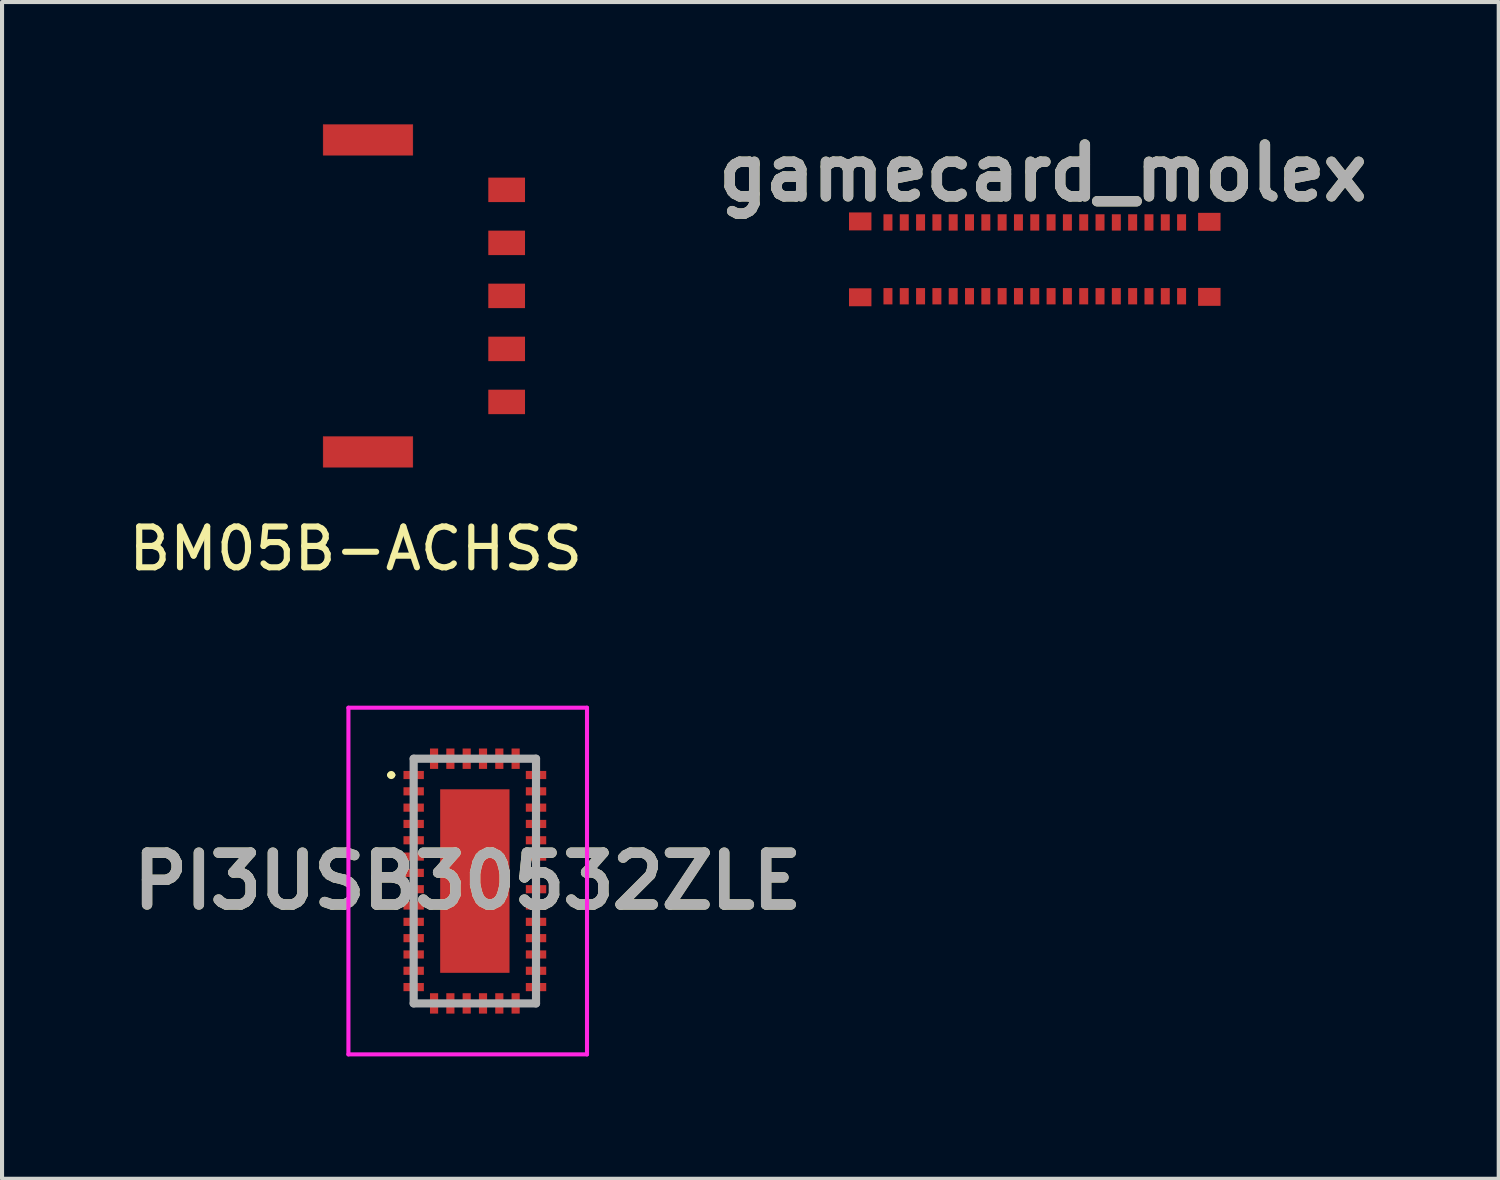
<source format=kicad_pcb>
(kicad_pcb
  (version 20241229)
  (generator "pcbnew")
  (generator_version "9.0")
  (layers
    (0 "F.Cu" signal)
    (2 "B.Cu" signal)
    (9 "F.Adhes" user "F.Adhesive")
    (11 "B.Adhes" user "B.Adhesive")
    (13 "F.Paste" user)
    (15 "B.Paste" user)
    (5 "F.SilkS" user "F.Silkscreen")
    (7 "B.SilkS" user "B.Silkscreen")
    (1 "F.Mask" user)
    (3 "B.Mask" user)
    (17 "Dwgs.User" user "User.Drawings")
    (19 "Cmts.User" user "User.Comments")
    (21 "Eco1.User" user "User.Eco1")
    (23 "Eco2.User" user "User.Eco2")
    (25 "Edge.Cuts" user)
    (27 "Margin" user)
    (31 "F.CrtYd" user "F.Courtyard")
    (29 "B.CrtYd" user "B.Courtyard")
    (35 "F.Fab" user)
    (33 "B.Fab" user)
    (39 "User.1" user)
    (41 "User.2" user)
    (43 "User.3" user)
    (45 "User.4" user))
  (footprint "BM05B-ACHSS"
    (layer "F.Cu")
    (at 5.673 9.905)
    (property "Reference" "BM05B-ACHSS" (at 0 0.5 0) (layer "F.SilkS") (effects (font (size 1 1) (thickness 0.15))))
    (attr through_hole)
    (fp_poly (pts (xy 1.4 -9.15) (xy -0.8 -9.15) (xy -0.8 -9.9) (xy 1.4 -9.9)) (stroke (width 0.01) (type solid)) (fill yes) (layer "F.Cu"))
    (fp_poly (pts (xy 1.4 -1.5) (xy -0.8 -1.5) (xy -0.8 -2.25) (xy 1.4 -2.25)) (stroke (width 0.01) (type solid)) (fill yes) (layer "F.Cu"))
    (pad "1" smd rect (at 3.7 -3.1) (size 0.9 0.6) (layers "F.Cu" "F.Mask"))
    (pad "2" smd rect (at 3.7 -4.4) (size 0.9 0.6) (layers "F.Cu" "F.Mask"))
    (pad "3" smd rect (at 3.7 -5.7) (size 0.9 0.6) (layers "F.Cu" "F.Mask"))
    (pad "4" smd rect (at 3.7 -7) (size 0.9 0.6) (layers "F.Cu" "F.Mask"))
    (pad "5" smd rect (at 3.7 -8.3) (size 0.9 0.6) (layers "F.Cu" "F.Mask")))
  (footprint "gamecard_molex"
    (layer "F.Cu")
    (at 22.522 3.359)
    (property "Reference" "gamecard_molex" (at 0 -2.17 0) (layer "F.SilkS") (effects (font (size 1.27 1.27) (thickness 0.254))))
    (attr smd)
    (fp_text user "${REFERENCE}" (at 0 -2.17 0) (layer "F.Fab") (effects (font (size 1.27 1.27) (thickness 0.254))))
    (pad "1" smd rect (at -3.8 0.855) (size 0.22 0.4) (layers "F.Cu" "F.Mask" "F.Paste"))
    (pad "2" smd rect (at -3.8 -0.955) (size 0.22 0.4) (layers "F.Cu" "F.Mask" "F.Paste"))
    (pad "3" smd rect (at -3.4 0.855) (size 0.22 0.4) (layers "F.Cu" "F.Mask" "F.Paste"))
    (pad "4" smd rect (at -3.4 -0.955) (size 0.22 0.4) (layers "F.Cu" "F.Mask" "F.Paste"))
    (pad "5" smd rect (at -3 0.855) (size 0.22 0.4) (layers "F.Cu" "F.Mask" "F.Paste"))
    (pad "6" smd rect (at -3 -0.955) (size 0.22 0.4) (layers "F.Cu" "F.Mask" "F.Paste"))
    (pad "7" smd rect (at -2.6 0.855) (size 0.22 0.4) (layers "F.Cu" "F.Mask" "F.Paste"))
    (pad "8" smd rect (at -2.6 -0.955) (size 0.22 0.4) (layers "F.Cu" "F.Mask" "F.Paste"))
    (pad "9" smd rect (at -2.2 0.855) (size 0.22 0.4) (layers "F.Cu" "F.Mask" "F.Paste"))
    (pad "10" smd rect (at -2.2 -0.955) (size 0.22 0.4) (layers "F.Cu" "F.Mask" "F.Paste"))
    (pad "11" smd rect (at -1.8 0.855) (size 0.22 0.4) (layers "F.Cu" "F.Mask" "F.Paste"))
    (pad "12" smd rect (at -1.8 -0.955) (size 0.22 0.4) (layers "F.Cu" "F.Mask" "F.Paste"))
    (pad "13" smd rect (at -1.4 0.855) (size 0.22 0.4) (layers "F.Cu" "F.Mask" "F.Paste"))
    (pad "14" smd rect (at -1.4 -0.955) (size 0.22 0.4) (layers "F.Cu" "F.Mask" "F.Paste"))
    (pad "15" smd rect (at -1 0.855) (size 0.22 0.4) (layers "F.Cu" "F.Mask" "F.Paste"))
    (pad "16" smd rect (at -1 -0.955) (size 0.22 0.4) (layers "F.Cu" "F.Mask" "F.Paste"))
    (pad "17" smd rect (at -0.6 0.855) (size 0.22 0.4) (layers "F.Cu" "F.Mask" "F.Paste"))
    (pad "18" smd rect (at -0.6 -0.955) (size 0.22 0.4) (layers "F.Cu" "F.Mask" "F.Paste"))
    (pad "19" smd rect (at -0.2 0.855) (size 0.22 0.4) (layers "F.Cu" "F.Mask" "F.Paste"))
    (pad "20" smd rect (at -0.2 -0.955) (size 0.22 0.4) (layers "F.Cu" "F.Mask" "F.Paste"))
    (pad "21" smd rect (at 0.2 0.855) (size 0.22 0.4) (layers "F.Cu" "F.Mask" "F.Paste"))
    (pad "22" smd rect (at 0.2 -0.955) (size 0.22 0.4) (layers "F.Cu" "F.Mask" "F.Paste"))
    (pad "23" smd rect (at 0.6 0.855) (size 0.22 0.4) (layers "F.Cu" "F.Mask" "F.Paste"))
    (pad "24" smd rect (at 0.6 -0.955) (size 0.22 0.4) (layers "F.Cu" "F.Mask" "F.Paste"))
    (pad "25" smd rect (at 1 0.855) (size 0.22 0.4) (layers "F.Cu" "F.Mask" "F.Paste"))
    (pad "26" smd rect (at 1 -0.955) (size 0.22 0.4) (layers "F.Cu" "F.Mask" "F.Paste"))
    (pad "27" smd rect (at 1.4 0.855) (size 0.22 0.4) (layers "F.Cu" "F.Mask" "F.Paste"))
    (pad "28" smd rect (at 1.4 -0.955) (size 0.22 0.4) (layers "F.Cu" "F.Mask" "F.Paste"))
    (pad "29" smd rect (at 1.8 0.855) (size 0.22 0.4) (layers "F.Cu" "F.Mask" "F.Paste"))
    (pad "30" smd rect (at 1.8 -0.955) (size 0.22 0.4) (layers "F.Cu" "F.Mask" "F.Paste"))
    (pad "31" smd rect (at 2.2 0.855) (size 0.22 0.4) (layers "F.Cu" "F.Mask" "F.Paste"))
    (pad "32" smd rect (at 2.2 -0.955) (size 0.22 0.4) (layers "F.Cu" "F.Mask" "F.Paste"))
    (pad "33" smd rect (at 2.6 0.855) (size 0.22 0.4) (layers "F.Cu" "F.Mask" "F.Paste"))
    (pad "34" smd rect (at 2.6 -0.955) (size 0.22 0.4) (layers "F.Cu" "F.Mask" "F.Paste"))
    (pad "35" smd rect (at 3 0.855) (size 0.22 0.4) (layers "F.Cu" "F.Mask" "F.Paste"))
    (pad "36" smd rect (at 3 -0.955) (size 0.22 0.4) (layers "F.Cu" "F.Mask" "F.Paste"))
    (pad "37" smd rect (at 3.4 0.855) (size 0.22 0.4) (layers "F.Cu" "F.Mask" "F.Paste"))
    (pad "38" smd rect (at 3.4 -0.955) (size 0.22 0.4) (layers "F.Cu" "F.Mask" "F.Paste"))
    (pad "MP1" smd rect (at -4.48 -0.98) (size 0.55 0.44) (layers "F.Cu" "F.Mask" "F.Paste"))
    (pad "MP2" smd rect (at -4.48 0.88) (size 0.55 0.44) (layers "F.Cu" "F.Mask" "F.Paste"))
    (pad "MP2" smd rect (at 4.08 -0.97) (size 0.55 0.44) (layers "F.Cu" "F.Mask" "F.Paste"))
    (pad "MP3" smd rect (at 4.08 0.87) (size 0.55 0.44) (layers "F.Cu" "F.Mask" "F.Paste")))
  (footprint "PI3USB30532ZLE"
    (layer "F.Cu")
    (at 8.593 18.553)
    (property "Reference" "PI3USB30532ZLE" (at -0.175 0 0) (layer "F.SilkS") (effects (font (size 1.27 1.27) (thickness 0.254))))
    (attr smd)
    (fp_line (start -2.1 -2.6) (end -2.1 -2.6) (stroke (width 0.1) (type solid)) (layer "F.SilkS"))
    (fp_line (start -2 -2.6) (end -2 -2.6) (stroke (width 0.1) (type solid)) (layer "F.SilkS"))
    (fp_arc (start -2.1 -2.6) (mid -2.05 -2.65) (end -2 -2.6) (stroke (width 0.1) (type solid)) (layer "F.SilkS"))
    (fp_arc (start -2 -2.6) (mid -2.05 -2.55) (end -2.1 -2.6) (stroke (width 0.1) (type solid)) (layer "F.SilkS"))
    (fp_line (start -3.1 -4.25) (end 2.75 -4.25) (stroke (width 0.1) (type solid)) (layer "F.CrtYd"))
    (fp_line (start -3.1 4.25) (end -3.1 -4.25) (stroke (width 0.1) (type solid)) (layer "F.CrtYd"))
    (fp_line (start 2.75 -4.25) (end 2.75 4.25) (stroke (width 0.1) (type solid)) (layer "F.CrtYd"))
    (fp_line (start 2.75 4.25) (end -3.1 4.25) (stroke (width 0.1) (type solid)) (layer "F.CrtYd"))
    (fp_line (start -1.5 -3) (end 1.5 -3) (stroke (width 0.2) (type solid)) (layer "F.Fab"))
    (fp_line (start -1.5 3) (end -1.5 -3) (stroke (width 0.2) (type solid)) (layer "F.Fab"))
    (fp_line (start 1.5 -3) (end 1.5 3) (stroke (width 0.2) (type solid)) (layer "F.Fab"))
    (fp_line (start 1.5 3) (end -1.5 3) (stroke (width 0.2) (type solid)) (layer "F.Fab"))
    (fp_text user "${REFERENCE}" (at -0.175 0 0) (layer "F.Fab") (effects (font (size 1.27 1.27) (thickness 0.254))))
    (pad "1" smd rect (at -1.5 -2.6 90) (size 0.2 0.5) (layers "F.Cu" "F.Mask" "F.Paste"))
    (pad "2" smd rect (at -1.5 -2.2 90) (size 0.2 0.5) (layers "F.Cu" "F.Mask" "F.Paste"))
    (pad "3" smd rect (at -1.5 -1.8 90) (size 0.2 0.5) (layers "F.Cu" "F.Mask" "F.Paste"))
    (pad "4" smd rect (at -1.5 -1.4 90) (size 0.2 0.5) (layers "F.Cu" "F.Mask" "F.Paste"))
    (pad "5" smd rect (at -1.5 -1 90) (size 0.2 0.5) (layers "F.Cu" "F.Mask" "F.Paste"))
    (pad "6" smd rect (at -1.5 -0.6 90) (size 0.2 0.5) (layers "F.Cu" "F.Mask" "F.Paste"))
    (pad "7" smd rect (at -1.5 -0.2 90) (size 0.2 0.5) (layers "F.Cu" "F.Mask" "F.Paste"))
    (pad "8" smd rect (at -1.5 0.2 90) (size 0.2 0.5) (layers "F.Cu" "F.Mask" "F.Paste"))
    (pad "9" smd rect (at -1.5 0.6 90) (size 0.2 0.5) (layers "F.Cu" "F.Mask" "F.Paste"))
    (pad "10" smd rect (at -1.5 1 90) (size 0.2 0.5) (layers "F.Cu" "F.Mask" "F.Paste"))
    (pad "11" smd rect (at -1.5 1.4 90) (size 0.2 0.5) (layers "F.Cu" "F.Mask" "F.Paste"))
    (pad "12" smd rect (at -1.5 1.8 90) (size 0.2 0.5) (layers "F.Cu" "F.Mask" "F.Paste"))
    (pad "13" smd rect (at -1.5 2.2 90) (size 0.2 0.5) (layers "F.Cu" "F.Mask" "F.Paste"))
    (pad "14" smd rect (at -1.5 2.6 90) (size 0.2 0.5) (layers "F.Cu" "F.Mask" "F.Paste"))
    (pad "15" smd rect (at -1 3) (size 0.2 0.5) (layers "F.Cu" "F.Mask" "F.Paste"))
    (pad "16" smd rect (at -0.6 3) (size 0.2 0.5) (layers "F.Cu" "F.Mask" "F.Paste"))
    (pad "17" smd rect (at -0.2 3) (size 0.2 0.5) (layers "F.Cu" "F.Mask" "F.Paste"))
    (pad "18" smd rect (at 0.2 3) (size 0.2 0.5) (layers "F.Cu" "F.Mask" "F.Paste"))
    (pad "19" smd rect (at 0.6 3) (size 0.2 0.5) (layers "F.Cu" "F.Mask" "F.Paste"))
    (pad "20" smd rect (at 1 3) (size 0.2 0.5) (layers "F.Cu" "F.Mask" "F.Paste"))
    (pad "21" smd rect (at 1.5 2.6 90) (size 0.2 0.5) (layers "F.Cu" "F.Mask" "F.Paste"))
    (pad "22" smd rect (at 1.5 2.2 90) (size 0.2 0.5) (layers "F.Cu" "F.Mask" "F.Paste"))
    (pad "23" smd rect (at 1.5 1.8 90) (size 0.2 0.5) (layers "F.Cu" "F.Mask" "F.Paste"))
    (pad "24" smd rect (at 1.5 1.4 90) (size 0.2 0.5) (layers "F.Cu" "F.Mask" "F.Paste"))
    (pad "25" smd rect (at 1.5 1 90) (size 0.2 0.5) (layers "F.Cu" "F.Mask" "F.Paste"))
    (pad "26" smd rect (at 1.5 0.6 90) (size 0.2 0.5) (layers "F.Cu" "F.Mask" "F.Paste"))
    (pad "27" smd rect (at 1.5 0.2 90) (size 0.2 0.5) (layers "F.Cu" "F.Mask" "F.Paste"))
    (pad "28" smd rect (at 1.5 -0.2 90) (size 0.2 0.5) (layers "F.Cu" "F.Mask" "F.Paste"))
    (pad "29" smd rect (at 1.5 -0.6 90) (size 0.2 0.5) (layers "F.Cu" "F.Mask" "F.Paste"))
    (pad "30" smd rect (at 1.5 -1 90) (size 0.2 0.5) (layers "F.Cu" "F.Mask" "F.Paste"))
    (pad "31" smd rect (at 1.5 -1.4 90) (size 0.2 0.5) (layers "F.Cu" "F.Mask" "F.Paste"))
    (pad "32" smd rect (at 1.5 -1.8 90) (size 0.2 0.5) (layers "F.Cu" "F.Mask" "F.Paste"))
    (pad "33" smd rect (at 1.5 -2.2 90) (size 0.2 0.5) (layers "F.Cu" "F.Mask" "F.Paste"))
    (pad "34" smd rect (at 1.5 -2.6 90) (size 0.2 0.5) (layers "F.Cu" "F.Mask" "F.Paste"))
    (pad "35" smd rect (at 1 -3) (size 0.2 0.5) (layers "F.Cu" "F.Mask" "F.Paste"))
    (pad "36" smd rect (at 0.6 -3) (size 0.2 0.5) (layers "F.Cu" "F.Mask" "F.Paste"))
    (pad "37" smd rect (at 0.2 -3) (size 0.2 0.5) (layers "F.Cu" "F.Mask" "F.Paste"))
    (pad "38" smd rect (at -0.2 -3) (size 0.2 0.5) (layers "F.Cu" "F.Mask" "F.Paste"))
    (pad "39" smd rect (at -0.6 -3) (size 0.2 0.5) (layers "F.Cu" "F.Mask" "F.Paste"))
    (pad "40" smd rect (at -1 -3) (size 0.2 0.5) (layers "F.Cu" "F.Mask" "F.Paste"))
    (pad "41" smd rect (at 0 0) (size 1.7 4.5) (layers "F.Cu" "F.Mask" "F.Paste")))
  (gr_rect
    (start -3 -3)
    (end 33.698 25.853)
    (stroke (width 0.1) (type default))
    (fill no)
    (layer "Edge.Cuts")))
</source>
